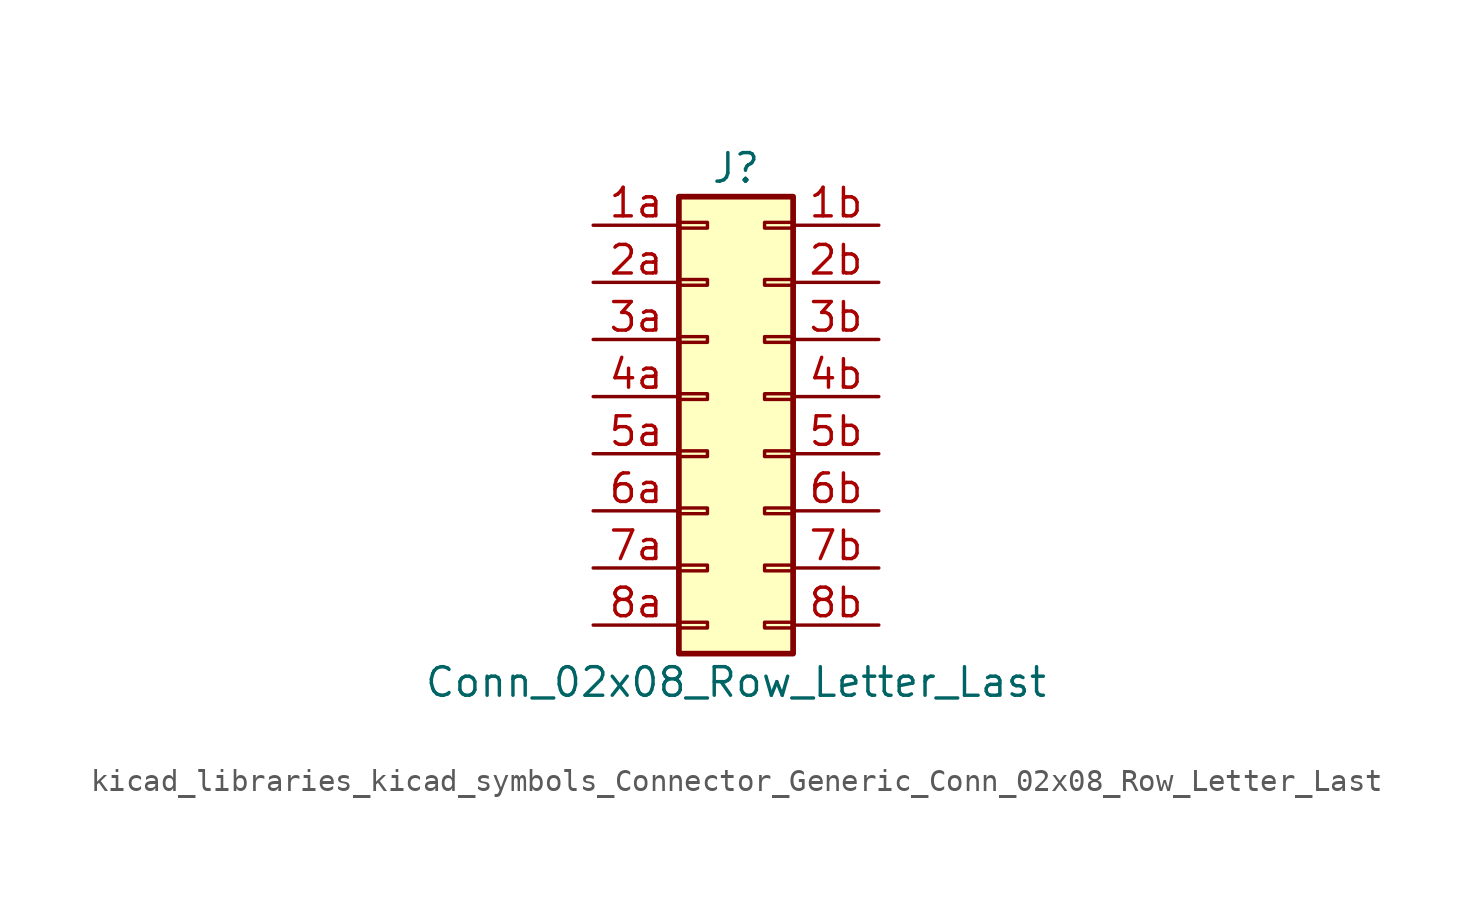
<source format=kicad_sym>
(kicad_symbol_lib
  (version 20220914)
  (generator kicad_symbol_editor)
  (symbol "kicad_libraries_kicad_symbols_Connector_Generic_Conn_02x08_Row_Letter_Last"
    (pin_names
      (offset 1.016) hide)
    (property "Reference" "J"
      (at 1.27 10.16 0)
      (effects (font (size 1.27 1.27))))
    (property "Value" "Conn_02x08_Row_Letter_Last"
      (at 1.27 -12.7 0)
      (effects (font (size 1.27 1.27))))
    (symbol "kicad_libraries_kicad_symbols_Connector_Generic_Conn_02x08_Row_Letter_Last_1_1"
      (rectangle (start -1.27 -10.033) (end 0 -10.287) (stroke (width 0.152) (type default)) (fill (type none)))
      (rectangle (start -1.27 -7.493) (end 0 -7.747) (stroke (width 0.152) (type default)) (fill (type none)))
      (rectangle (start -1.27 -4.953) (end 0 -5.207) (stroke (width 0.152) (type default)) (fill (type none)))
      (rectangle (start -1.27 -2.413) (end 0 -2.667) (stroke (width 0.152) (type default)) (fill (type none)))
      (rectangle (start -1.27 0.127) (end 0 -0.127) (stroke (width 0.152) (type default)) (fill (type none)))
      (rectangle (start -1.27 2.667) (end 0 2.413) (stroke (width 0.152) (type default)) (fill (type none)))
      (rectangle (start -1.27 5.207) (end 0 4.953) (stroke (width 0.152) (type default)) (fill (type none)))
      (rectangle (start -1.27 7.747) (end 0 7.493) (stroke (width 0.152) (type default)) (fill (type none)))
      (rectangle (start -1.27 8.89) (end 3.81 -11.43) (stroke (width 0.254) (type default)) (fill (type background)))
      (rectangle (start 3.81 -10.033) (end 2.54 -10.287) (stroke (width 0.152) (type default)) (fill (type none)))
      (rectangle (start 3.81 -7.493) (end 2.54 -7.747) (stroke (width 0.152) (type default)) (fill (type none)))
      (rectangle (start 3.81 -4.953) (end 2.54 -5.207) (stroke (width 0.152) (type default)) (fill (type none)))
      (rectangle (start 3.81 -2.413) (end 2.54 -2.667) (stroke (width 0.152) (type default)) (fill (type none)))
      (rectangle (start 3.81 0.127) (end 2.54 -0.127) (stroke (width 0.152) (type default)) (fill (type none)))
      (rectangle (start 3.81 2.667) (end 2.54 2.413) (stroke (width 0.152) (type default)) (fill (type none)))
      (rectangle (start 3.81 5.207) (end 2.54 4.953) (stroke (width 0.152) (type default)) (fill (type none)))
      (rectangle (start 3.81 7.747) (end 2.54 7.493) (stroke (width 0.152) (type default)) (fill (type none)))
      (pin passive line (at -5.08 7.62 0) (length 3.81) (name "Pin_1a" (effects (font (size 1.27 1.27)))) (number "1a" (effects (font (size 1.27 1.27)))))
      (pin passive line (at 7.62 7.62 180) (length 3.81) (name "Pin_1b" (effects (font (size 1.27 1.27)))) (number "1b" (effects (font (size 1.27 1.27)))))
      (pin passive line (at -5.08 5.08 0) (length 3.81) (name "Pin_2a" (effects (font (size 1.27 1.27)))) (number "2a" (effects (font (size 1.27 1.27)))))
      (pin passive line (at 7.62 5.08 180) (length 3.81) (name "Pin_2b" (effects (font (size 1.27 1.27)))) (number "2b" (effects (font (size 1.27 1.27)))))
      (pin passive line (at -5.08 2.54 0) (length 3.81) (name "Pin_3a" (effects (font (size 1.27 1.27)))) (number "3a" (effects (font (size 1.27 1.27)))))
      (pin passive line (at 7.62 2.54 180) (length 3.81) (name "Pin_3b" (effects (font (size 1.27 1.27)))) (number "3b" (effects (font (size 1.27 1.27)))))
      (pin passive line (at -5.08 0 0) (length 3.81) (name "Pin_4a" (effects (font (size 1.27 1.27)))) (number "4a" (effects (font (size 1.27 1.27)))))
      (pin passive line (at 7.62 0 180) (length 3.81) (name "Pin_4b" (effects (font (size 1.27 1.27)))) (number "4b" (effects (font (size 1.27 1.27)))))
      (pin passive line (at -5.08 -2.54 0) (length 3.81) (name "Pin_5a" (effects (font (size 1.27 1.27)))) (number "5a" (effects (font (size 1.27 1.27)))))
      (pin passive line (at 7.62 -2.54 180) (length 3.81) (name "Pin_5b" (effects (font (size 1.27 1.27)))) (number "5b" (effects (font (size 1.27 1.27)))))
      (pin passive line (at -5.08 -5.08 0) (length 3.81) (name "Pin_6a" (effects (font (size 1.27 1.27)))) (number "6a" (effects (font (size 1.27 1.27)))))
      (pin passive line (at 7.62 -5.08 180) (length 3.81) (name "Pin_6b" (effects (font (size 1.27 1.27)))) (number "6b" (effects (font (size 1.27 1.27)))))
      (pin passive line (at -5.08 -7.62 0) (length 3.81) (name "Pin_7a" (effects (font (size 1.27 1.27)))) (number "7a" (effects (font (size 1.27 1.27)))))
      (pin passive line (at 7.62 -7.62 180) (length 3.81) (name "Pin_7b" (effects (font (size 1.27 1.27)))) (number "7b" (effects (font (size 1.27 1.27)))))
      (pin passive line (at -5.08 -10.16 0) (length 3.81) (name "Pin_8a" (effects (font (size 1.27 1.27)))) (number "8a" (effects (font (size 1.27 1.27)))))
      (pin passive line (at 7.62 -10.16 180) (length 3.81) (name "Pin_8b" (effects (font (size 1.27 1.27)))) (number "8b" (effects (font (size 1.27 1.27))))))))
</source>
